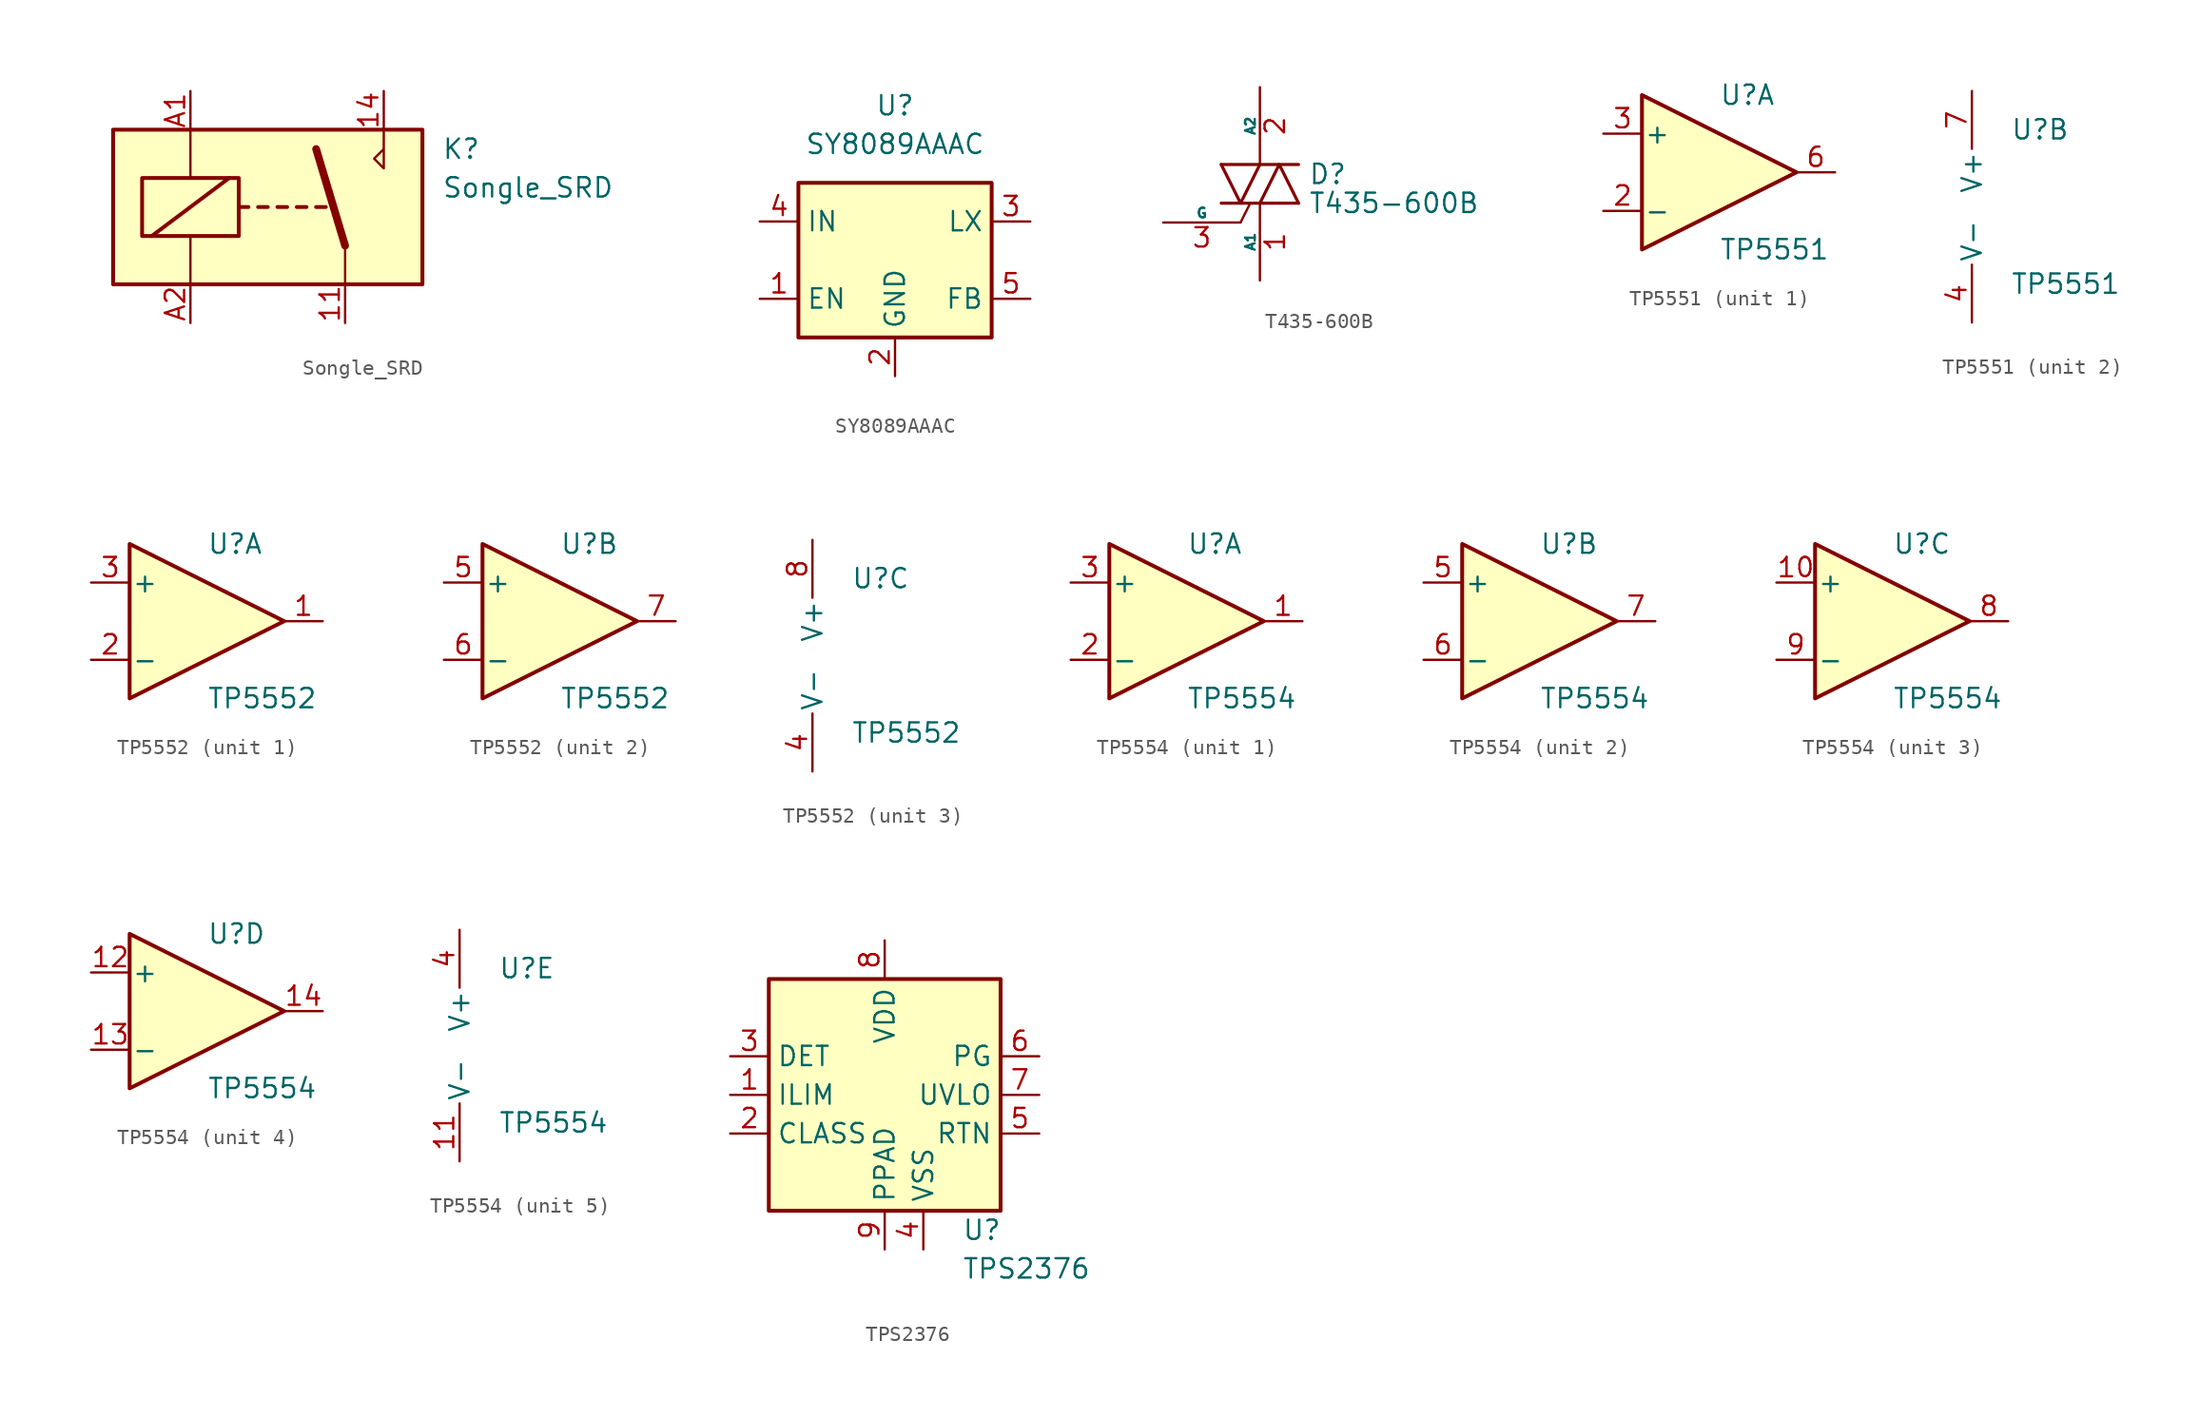
<source format=kicad_sym>
(kicad_symbol_lib
  (version 20231120)
  (generator "kicad_symbol_editor")
  (generator_version "8.0")
  (symbol "Songle_SRD"
    (property "Reference" "K"
      (at 11.43 3.81 0)
      (effects (font (size 1.27 1.27)) (justify left)))
    (property "Value" "Songle_SRD"
      (at 11.43 1.27 0)
      (effects (font (size 1.27 1.27)) (justify left)))
    (symbol "Songle_SRD_0_0"
      (polyline (pts (xy 7.62 5.08) (xy 7.62 2.54) (xy 6.985 3.175) (xy 7.62 3.81)) (stroke (width 0) (type default)) (fill (type none))))
    (symbol "Songle_SRD_0_1"
      (rectangle (start -10.16 5.08) (end 10.16 -5.08) (stroke (width 0.254) (type default)) (fill (type background)))
      (rectangle (start -8.255 1.905) (end -1.905 -1.905) (stroke (width 0.254) (type default)) (fill (type none)))
      (polyline (pts (xy -7.62 -1.905) (xy -2.54 1.905)) (stroke (width 0.254) (type default)) (fill (type none)))
      (polyline (pts (xy -5.08 -5.08) (xy -5.08 -1.905)) (stroke (width 0) (type default)) (fill (type none)))
      (polyline (pts (xy -5.08 5.08) (xy -5.08 1.905)) (stroke (width 0) (type default)) (fill (type none)))
      (polyline (pts (xy -1.905 0) (xy -1.27 0)) (stroke (width 0.254) (type default)) (fill (type none)))
      (polyline (pts (xy -0.635 0) (xy 0 0)) (stroke (width 0.254) (type default)) (fill (type none)))
      (polyline (pts (xy 0.635 0) (xy 1.27 0)) (stroke (width 0.254) (type default)) (fill (type none)))
      (polyline (pts (xy 1.905 0) (xy 2.54 0)) (stroke (width 0.254) (type default)) (fill (type none)))
      (polyline (pts (xy 3.175 0) (xy 3.81 0)) (stroke (width 0.254) (type default)) (fill (type none)))
      (polyline (pts (xy 5.08 -2.54) (xy 3.175 3.81)) (stroke (width 0.508) (type default)) (fill (type none)))
      (polyline (pts (xy 5.08 -2.54) (xy 5.08 -5.08)) (stroke (width 0) (type default)) (fill (type none))))
    (symbol "Songle_SRD_1_1"
      (pin passive line (at 5.08 -7.62 90) (length 2.54) (name "~" (effects (font (size 1.27 1.27)))) (number "11" (effects (font (size 1.27 1.27)))))
      (pin passive line (at 7.62 7.62 270) (length 2.54) (name "~" (effects (font (size 1.27 1.27)))) (number "14" (effects (font (size 1.27 1.27)))))
      (pin passive line (at -5.08 7.62 270) (length 2.54) (name "~" (effects (font (size 1.27 1.27)))) (number "A1" (effects (font (size 1.27 1.27)))))
      (pin passive line (at -5.08 -7.62 90) (length 2.54) (name "~" (effects (font (size 1.27 1.27)))) (number "A2" (effects (font (size 1.27 1.27)))))))
  (symbol "SY8089AAAC"
    (property "Reference" "U"
      (at 0 10.16 0)
      (effects (font (size 1.27 1.27))))
    (property "Value" "SY8089AAAC"
      (at 0 7.62 0)
      (effects (font (size 1.27 1.27))))
    (symbol "SY8089AAAC_0_1"
      (rectangle (start -6.35 5.08) (end 6.35 -5.08) (stroke (width 0.254) (type default)) (fill (type background))))
    (symbol "SY8089AAAC_1_1"
      (pin input line (at -8.89 -2.54 0) (length 2.54) (name "EN" (effects (font (size 1.27 1.27)))) (number "1" (effects (font (size 1.27 1.27)))))
      (pin power_in line (at 0 -7.62 90) (length 2.54) (name "GND" (effects (font (size 1.27 1.27)))) (number "2" (effects (font (size 1.27 1.27)))))
      (pin power_out line (at 8.89 2.54 180) (length 2.54) (name "LX" (effects (font (size 1.27 1.27)))) (number "3" (effects (font (size 1.27 1.27)))))
      (pin power_in line (at -8.89 2.54 0) (length 2.54) (name "IN" (effects (font (size 1.27 1.27)))) (number "4" (effects (font (size 1.27 1.27)))))
      (pin input line (at 8.89 -2.54 180) (length 2.54) (name "FB" (effects (font (size 1.27 1.27)))) (number "5" (effects (font (size 1.27 1.27)))))))
  (symbol "T435-600B"
    (pin_names
      (offset 0))
    (property "Reference" "D"
      (at 3.175 0.635 0)
      (effects (font (size 1.27 1.27)) (justify left)))
    (property "Value" "T435-600B"
      (at 3.175 -1.27 0)
      (effects (font (size 1.27 1.27)) (justify left)))
    (symbol "T435-600B_0_1"
      (polyline (pts (xy -2.54 -1.27) (xy 2.54 -1.27)) (stroke (width 0.203) (type default)) (fill (type none)))
      (polyline (pts (xy -2.54 1.27) (xy 2.54 1.27)) (stroke (width 0.203) (type default)) (fill (type none)))
      (polyline (pts (xy -1.27 -2.54) (xy -0.635 -1.27)) (stroke (width 0) (type default)) (fill (type none)))
      (polyline (pts (xy -2.54 1.27) (xy -1.27 -1.27) (xy 0 1.27)) (stroke (width 0.203) (type default)) (fill (type none)))
      (polyline (pts (xy 0 -1.27) (xy 1.27 1.27) (xy 2.54 -1.27)) (stroke (width 0.203) (type default)) (fill (type none))))
    (symbol "T435-600B_1_1"
      (pin passive line (at 0 -6.35 90) (length 5.08) (name "A1" (effects (font (size 0.635 0.635)))) (number "1" (effects (font (size 1.27 1.27)))))
      (pin passive line (at 0 6.35 270) (length 5.08) (name "A2" (effects (font (size 0.635 0.635)))) (number "2" (effects (font (size 1.27 1.27)))))
      (pin input line (at -6.35 -2.54 0) (length 5.08) (name "G" (effects (font (size 0.635 0.635)))) (number "3" (effects (font (size 1.27 1.27)))))))
  (symbol "TP5551"
    (pin_names
      (offset 0.127))
    (property "Reference" "U"
      (at 0 5.08 0)
      (effects (font (size 1.27 1.27)) (justify left)))
    (property "Value" "TP5551"
      (at 0 -5.08 0)
      (effects (font (size 1.27 1.27)) (justify left)))
    (property "ki_locked" ""
      (at 0 0 0)
      (effects (font (size 1.27 1.27))))
    (symbol "TP5551_1_1"
      (polyline (pts (xy -5.08 5.08) (xy 5.08 0) (xy -5.08 -5.08) (xy -5.08 5.08)) (stroke (width 0.254) (type default)) (fill (type background)))
      (pin no_connect line (at 0 2.54 180) (length 2.54) hide (name "NC" (effects (font (size 1.27 1.27)))) (number "1" (effects (font (size 1.27 1.27)))))
      (pin input line (at -7.62 -2.54 0) (length 2.54) (name "-" (effects (font (size 1.27 1.27)))) (number "2" (effects (font (size 1.27 1.27)))))
      (pin input line (at -7.62 2.54 0) (length 2.54) (name "+" (effects (font (size 1.27 1.27)))) (number "3" (effects (font (size 1.27 1.27)))))
      (pin no_connect line (at 2.54 1.27 180) (length 2.54) hide (name "NC" (effects (font (size 1.27 1.27)))) (number "5" (effects (font (size 1.27 1.27)))))
      (pin output line (at 7.62 0 180) (length 2.54) (name "~" (effects (font (size 1.27 1.27)))) (number "6" (effects (font (size 1.27 1.27)))))
      (pin no_connect line (at 0 -2.54 180) (length 2.54) hide (name "NC" (effects (font (size 1.27 1.27)))) (number "8" (effects (font (size 1.27 1.27))))))
    (symbol "TP5551_2_1"
      (pin power_in line (at -2.54 -7.62 90) (length 3.81) (name "V-" (effects (font (size 1.27 1.27)))) (number "4" (effects (font (size 1.27 1.27)))))
      (pin power_in line (at -2.54 7.62 270) (length 3.81) (name "V+" (effects (font (size 1.27 1.27)))) (number "7" (effects (font (size 1.27 1.27)))))))
  (symbol "TP5552"
    (pin_names
      (offset 0.127))
    (property "Reference" "U"
      (at 0 5.08 0)
      (effects (font (size 1.27 1.27)) (justify left)))
    (property "Value" "TP5552"
      (at 0 -5.08 0)
      (effects (font (size 1.27 1.27)) (justify left)))
    (property "ki_locked" ""
      (at 0 0 0)
      (effects (font (size 1.27 1.27))))
    (symbol "TP5552_1_1"
      (polyline (pts (xy -5.08 5.08) (xy 5.08 0) (xy -5.08 -5.08) (xy -5.08 5.08)) (stroke (width 0.254) (type default)) (fill (type background)))
      (pin output line (at 7.62 0 180) (length 2.54) (name "~" (effects (font (size 1.27 1.27)))) (number "1" (effects (font (size 1.27 1.27)))))
      (pin input line (at -7.62 -2.54 0) (length 2.54) (name "-" (effects (font (size 1.27 1.27)))) (number "2" (effects (font (size 1.27 1.27)))))
      (pin input line (at -7.62 2.54 0) (length 2.54) (name "+" (effects (font (size 1.27 1.27)))) (number "3" (effects (font (size 1.27 1.27))))))
    (symbol "TP5552_2_1"
      (polyline (pts (xy -5.08 5.08) (xy 5.08 0) (xy -5.08 -5.08) (xy -5.08 5.08)) (stroke (width 0.254) (type default)) (fill (type background)))
      (pin input line (at -7.62 2.54 0) (length 2.54) (name "+" (effects (font (size 1.27 1.27)))) (number "5" (effects (font (size 1.27 1.27)))))
      (pin input line (at -7.62 -2.54 0) (length 2.54) (name "-" (effects (font (size 1.27 1.27)))) (number "6" (effects (font (size 1.27 1.27)))))
      (pin output line (at 7.62 0 180) (length 2.54) (name "~" (effects (font (size 1.27 1.27)))) (number "7" (effects (font (size 1.27 1.27))))))
    (symbol "TP5552_3_1"
      (pin power_in line (at -2.54 -7.62 90) (length 3.81) (name "V-" (effects (font (size 1.27 1.27)))) (number "4" (effects (font (size 1.27 1.27)))))
      (pin power_in line (at -2.54 7.62 270) (length 3.81) (name "V+" (effects (font (size 1.27 1.27)))) (number "8" (effects (font (size 1.27 1.27)))))))
  (symbol "TP5554"
    (pin_names
      (offset 0.127))
    (property "Reference" "U"
      (at 0 5.08 0)
      (effects (font (size 1.27 1.27)) (justify left)))
    (property "Value" "TP5554"
      (at 0 -5.08 0)
      (effects (font (size 1.27 1.27)) (justify left)))
    (property "ki_locked" ""
      (at 0 0 0)
      (effects (font (size 1.27 1.27))))
    (symbol "TP5554_1_1"
      (polyline (pts (xy -5.08 5.08) (xy 5.08 0) (xy -5.08 -5.08) (xy -5.08 5.08)) (stroke (width 0.254) (type default)) (fill (type background)))
      (pin output line (at 7.62 0 180) (length 2.54) (name "~" (effects (font (size 1.27 1.27)))) (number "1" (effects (font (size 1.27 1.27)))))
      (pin input line (at -7.62 -2.54 0) (length 2.54) (name "-" (effects (font (size 1.27 1.27)))) (number "2" (effects (font (size 1.27 1.27)))))
      (pin input line (at -7.62 2.54 0) (length 2.54) (name "+" (effects (font (size 1.27 1.27)))) (number "3" (effects (font (size 1.27 1.27))))))
    (symbol "TP5554_2_1"
      (polyline (pts (xy -5.08 5.08) (xy 5.08 0) (xy -5.08 -5.08) (xy -5.08 5.08)) (stroke (width 0.254) (type default)) (fill (type background)))
      (pin input line (at -7.62 2.54 0) (length 2.54) (name "+" (effects (font (size 1.27 1.27)))) (number "5" (effects (font (size 1.27 1.27)))))
      (pin input line (at -7.62 -2.54 0) (length 2.54) (name "-" (effects (font (size 1.27 1.27)))) (number "6" (effects (font (size 1.27 1.27)))))
      (pin output line (at 7.62 0 180) (length 2.54) (name "~" (effects (font (size 1.27 1.27)))) (number "7" (effects (font (size 1.27 1.27))))))
    (symbol "TP5554_3_1"
      (polyline (pts (xy -5.08 5.08) (xy 5.08 0) (xy -5.08 -5.08) (xy -5.08 5.08)) (stroke (width 0.254) (type default)) (fill (type background)))
      (pin input line (at -7.62 2.54 0) (length 2.54) (name "+" (effects (font (size 1.27 1.27)))) (number "10" (effects (font (size 1.27 1.27)))))
      (pin output line (at 7.62 0 180) (length 2.54) (name "~" (effects (font (size 1.27 1.27)))) (number "8" (effects (font (size 1.27 1.27)))))
      (pin input line (at -7.62 -2.54 0) (length 2.54) (name "-" (effects (font (size 1.27 1.27)))) (number "9" (effects (font (size 1.27 1.27))))))
    (symbol "TP5554_4_1"
      (polyline (pts (xy -5.08 5.08) (xy 5.08 0) (xy -5.08 -5.08) (xy -5.08 5.08)) (stroke (width 0.254) (type default)) (fill (type background)))
      (pin input line (at -7.62 2.54 0) (length 2.54) (name "+" (effects (font (size 1.27 1.27)))) (number "12" (effects (font (size 1.27 1.27)))))
      (pin input line (at -7.62 -2.54 0) (length 2.54) (name "-" (effects (font (size 1.27 1.27)))) (number "13" (effects (font (size 1.27 1.27)))))
      (pin output line (at 7.62 0 180) (length 2.54) (name "~" (effects (font (size 1.27 1.27)))) (number "14" (effects (font (size 1.27 1.27))))))
    (symbol "TP5554_5_1"
      (pin power_in line (at -2.54 -7.62 90) (length 3.81) (name "V-" (effects (font (size 1.27 1.27)))) (number "11" (effects (font (size 1.27 1.27)))))
      (pin power_in line (at -2.54 7.62 270) (length 3.81) (name "V+" (effects (font (size 1.27 1.27)))) (number "4" (effects (font (size 1.27 1.27)))))))
  (symbol "TPS2376"
    (property "Reference" "U"
      (at 5.08 -8.89 0)
      (effects (font (size 1.27 1.27)) (justify left)))
    (property "Value" "TPS2376"
      (at 5.08 -11.43 0)
      (effects (font (size 1.27 1.27)) (justify left)))
    (symbol "TPS2376_0_1"
      (rectangle (start -7.62 7.62) (end 7.62 -7.62) (stroke (width 0.254) (type default)) (fill (type background))))
    (symbol "TPS2376_1_1"
      (pin passive line (at -10.16 0 0) (length 2.54) (name "ILIM" (effects (font (size 1.27 1.27)))) (number "1" (effects (font (size 1.27 1.27)))))
      (pin passive line (at -10.16 -2.54 0) (length 2.54) (name "CLASS" (effects (font (size 1.27 1.27)))) (number "2" (effects (font (size 1.27 1.27)))))
      (pin passive line (at -10.16 2.54 0) (length 2.54) (name "DET" (effects (font (size 1.27 1.27)))) (number "3" (effects (font (size 1.27 1.27)))))
      (pin power_in line (at 2.54 -10.16 90) (length 2.54) (name "VSS" (effects (font (size 1.27 1.27)))) (number "4" (effects (font (size 1.27 1.27)))))
      (pin power_out line (at 10.16 -2.54 180) (length 2.54) (name "RTN" (effects (font (size 1.27 1.27)))) (number "5" (effects (font (size 1.27 1.27)))))
      (pin open_collector line (at 10.16 2.54 180) (length 2.54) (name "PG" (effects (font (size 1.27 1.27)))) (number "6" (effects (font (size 1.27 1.27)))))
      (pin passive line (at 10.16 0 180) (length 2.54) (name "UVLO" (effects (font (size 1.27 1.27)))) (number "7" (effects (font (size 1.27 1.27)))))
      (pin power_in line (at 0 10.16 270) (length 2.54) (name "VDD" (effects (font (size 1.27 1.27)))) (number "8" (effects (font (size 1.27 1.27)))))
      (pin power_in line (at 0 -10.16 90) (length 2.54) (name "PPAD" (effects (font (size 1.27 1.27)))) (number "9" (effects (font (size 1.27 1.27))))))))
</source>
